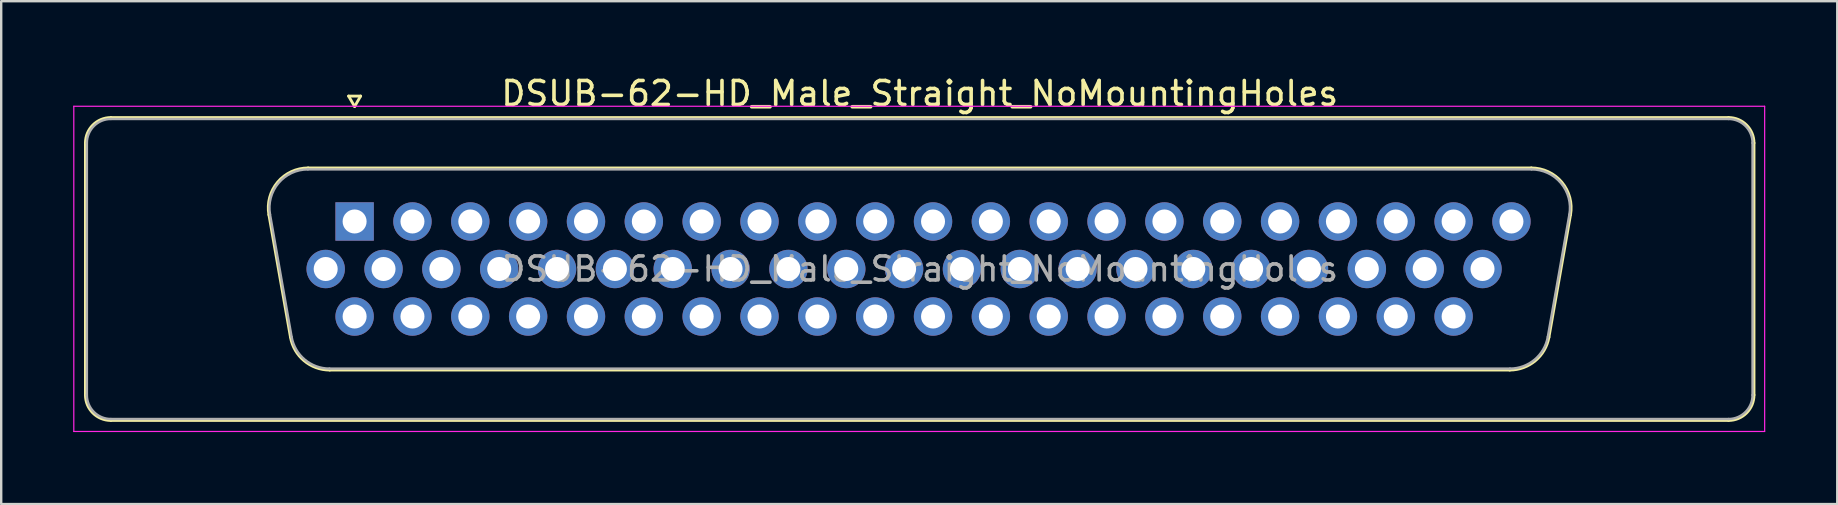
<source format=kicad_pcb>
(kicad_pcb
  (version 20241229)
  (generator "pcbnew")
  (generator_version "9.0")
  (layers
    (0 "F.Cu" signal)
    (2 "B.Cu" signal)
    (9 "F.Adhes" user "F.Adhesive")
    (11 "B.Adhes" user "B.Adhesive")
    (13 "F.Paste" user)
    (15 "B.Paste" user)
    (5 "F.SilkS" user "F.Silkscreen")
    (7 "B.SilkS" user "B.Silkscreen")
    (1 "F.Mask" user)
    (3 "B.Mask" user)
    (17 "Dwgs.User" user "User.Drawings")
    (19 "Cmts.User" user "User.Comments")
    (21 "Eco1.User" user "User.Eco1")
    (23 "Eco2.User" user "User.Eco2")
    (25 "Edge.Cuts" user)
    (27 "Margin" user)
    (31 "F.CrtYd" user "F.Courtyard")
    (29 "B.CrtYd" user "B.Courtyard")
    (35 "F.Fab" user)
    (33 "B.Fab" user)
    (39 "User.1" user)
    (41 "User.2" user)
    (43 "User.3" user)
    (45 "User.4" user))
  (footprint "DSUB-62-HD_Male_Straight_NoMountingHoles"
    (layer "F.Cu")
    (at 11.725 6.178)
    (property "Reference" "DSUB-62-HD_Male_Straight_NoMountingHoles" (at 23.545 -5.33 0) (layer "F.SilkS") (effects (font (size 1 1) (thickness 0.15))))
    (attr through_hole)
    (fp_line (start -11.215 7.23) (end -11.215 -3.27) (stroke (width 0.12) (type solid)) (layer "F.SilkS"))
    (fp_line (start -10.155 -4.33) (end 57.245 -4.33) (stroke (width 0.12) (type solid)) (layer "F.SilkS"))
    (fp_line (start -3.571 -0.282) (end -2.672 4.818) (stroke (width 0.12) (type solid)) (layer "F.SilkS"))
    (fp_line (start -1.937 -2.23) (end 49.027 -2.23) (stroke (width 0.12) (type solid)) (layer "F.SilkS"))
    (fp_line (start -1.037 6.19) (end 48.127 6.19) (stroke (width 0.12) (type solid)) (layer "F.SilkS"))
    (fp_line (start -0.25 -5.224) (end 0.25 -5.224) (stroke (width 0.12) (type solid)) (layer "F.SilkS"))
    (fp_line (start 0 -4.791) (end -0.25 -5.224) (stroke (width 0.12) (type solid)) (layer "F.SilkS"))
    (fp_line (start 0.25 -5.224) (end 0 -4.791) (stroke (width 0.12) (type solid)) (layer "F.SilkS"))
    (fp_line (start 50.661 -0.282) (end 49.762 4.818) (stroke (width 0.12) (type solid)) (layer "F.SilkS"))
    (fp_line (start 57.245 8.29) (end -10.155 8.29) (stroke (width 0.12) (type solid)) (layer "F.SilkS"))
    (fp_line (start 58.305 -3.27) (end 58.305 7.23) (stroke (width 0.12) (type solid)) (layer "F.SilkS"))
    (fp_arc (start -11.215 -3.27) (mid -10.904533 -4.019533) (end -10.155 -4.33) (stroke (width 0.12) (type solid)) (layer "F.SilkS"))
    (fp_arc (start -10.155 8.29) (mid -10.904533 7.979533) (end -11.215 7.23) (stroke (width 0.12) (type solid)) (layer "F.SilkS"))
    (fp_arc (start -3.57147 -0.281744) (mid -3.208323 -1.637028) (end -1.936689 -2.23) (stroke (width 0.12) (type solid)) (layer "F.SilkS"))
    (fp_arc (start -1.037421 6.19) (mid -2.104448 5.801634) (end -2.672202 4.818256) (stroke (width 0.12) (type solid)) (layer "F.SilkS"))
    (fp_arc (start 49.026689 -2.23) (mid 50.298323 -1.637027) (end 50.66147 -0.281744) (stroke (width 0.12) (type solid)) (layer "F.SilkS"))
    (fp_arc (start 49.762202 4.818256) (mid 49.194449 5.801634) (end 48.127421 6.19) (stroke (width 0.12) (type solid)) (layer "F.SilkS"))
    (fp_arc (start 57.245 -4.33) (mid 57.994533 -4.019533) (end 58.305 -3.27) (stroke (width 0.12) (type solid)) (layer "F.SilkS"))
    (fp_arc (start 58.305 7.23) (mid 57.994533 7.979533) (end 57.245 8.29) (stroke (width 0.12) (type solid)) (layer "F.SilkS"))
    (fp_line (start -11.7 -4.8) (end -11.7 8.75) (stroke (width 0.05) (type solid)) (layer "F.CrtYd"))
    (fp_line (start -11.7 8.75) (end 58.75 8.75) (stroke (width 0.05) (type solid)) (layer "F.CrtYd"))
    (fp_line (start 58.75 -4.8) (end -11.7 -4.8) (stroke (width 0.05) (type solid)) (layer "F.CrtYd"))
    (fp_line (start 58.75 8.75) (end 58.75 -4.8) (stroke (width 0.05) (type solid)) (layer "F.CrtYd"))
    (fp_line (start -11.155 7.23) (end -11.155 -3.27) (stroke (width 0.1) (type solid)) (layer "F.Fab"))
    (fp_line (start -10.155 -4.27) (end 57.245 -4.27) (stroke (width 0.1) (type solid)) (layer "F.Fab"))
    (fp_line (start -3.524 -0.292) (end -2.625 4.808) (stroke (width 0.1) (type solid)) (layer "F.Fab"))
    (fp_line (start -1.948 -2.17) (end 49.038 -2.17) (stroke (width 0.1) (type solid)) (layer "F.Fab"))
    (fp_line (start -1.049 6.13) (end 48.139 6.13) (stroke (width 0.1) (type solid)) (layer "F.Fab"))
    (fp_line (start 50.614 -0.292) (end 49.715 4.808) (stroke (width 0.1) (type solid)) (layer "F.Fab"))
    (fp_line (start 57.245 8.23) (end -10.155 8.23) (stroke (width 0.1) (type solid)) (layer "F.Fab"))
    (fp_line (start 58.245 -3.27) (end 58.245 7.23) (stroke (width 0.1) (type solid)) (layer "F.Fab"))
    (fp_arc (start -11.155 -3.27) (mid -10.862107 -3.977107) (end -10.155 -4.27) (stroke (width 0.1) (type solid)) (layer "F.Fab"))
    (fp_arc (start -10.155 8.23) (mid -10.862107 7.937107) (end -11.155 7.23) (stroke (width 0.1) (type solid)) (layer "F.Fab"))
    (fp_arc (start -3.523886 -0.292163) (mid -3.173865 -1.59846) (end -1.948194 -2.17) (stroke (width 0.1) (type solid)) (layer "F.Fab"))
    (fp_arc (start -1.048927 6.13) (mid -2.077387 5.755671) (end -2.624619 4.807837) (stroke (width 0.1) (type solid)) (layer "F.Fab"))
    (fp_arc (start 49.038194 -2.17) (mid 50.263865 -1.59846) (end 50.613886 -0.292163) (stroke (width 0.1) (type solid)) (layer "F.Fab"))
    (fp_arc (start 49.714619 4.807837) (mid 49.167387 5.755671) (end 48.138927 6.13) (stroke (width 0.1) (type solid)) (layer "F.Fab"))
    (fp_arc (start 57.245 -4.27) (mid 57.952107 -3.977107) (end 58.245 -3.27) (stroke (width 0.1) (type solid)) (layer "F.Fab"))
    (fp_arc (start 58.245 7.23) (mid 57.952107 7.937107) (end 57.245 8.23) (stroke (width 0.1) (type solid)) (layer "F.Fab"))
    (fp_text user "${REFERENCE}" (at 23.545 1.98 0) (layer "F.Fab") (effects (font (size 1 1) (thickness 0.15))))
    (pad "1" thru_hole rect (at 0 0) (size 1.6 1.6) (drill 1) (layers "*.Cu" "*.Mask"))
    (pad "2" thru_hole circle (at 2.41 0) (size 1.6 1.6) (drill 1) (layers "*.Cu" "*.Mask"))
    (pad "3" thru_hole circle (at 4.82 0) (size 1.6 1.6) (drill 1) (layers "*.Cu" "*.Mask"))
    (pad "4" thru_hole circle (at 7.23 0) (size 1.6 1.6) (drill 1) (layers "*.Cu" "*.Mask"))
    (pad "5" thru_hole circle (at 9.64 0) (size 1.6 1.6) (drill 1) (layers "*.Cu" "*.Mask"))
    (pad "6" thru_hole circle (at 12.05 0) (size 1.6 1.6) (drill 1) (layers "*.Cu" "*.Mask"))
    (pad "7" thru_hole circle (at 14.46 0) (size 1.6 1.6) (drill 1) (layers "*.Cu" "*.Mask"))
    (pad "8" thru_hole circle (at 16.87 0) (size 1.6 1.6) (drill 1) (layers "*.Cu" "*.Mask"))
    (pad "9" thru_hole circle (at 19.28 0) (size 1.6 1.6) (drill 1) (layers "*.Cu" "*.Mask"))
    (pad "10" thru_hole circle (at 21.69 0) (size 1.6 1.6) (drill 1) (layers "*.Cu" "*.Mask"))
    (pad "11" thru_hole circle (at 24.1 0) (size 1.6 1.6) (drill 1) (layers "*.Cu" "*.Mask"))
    (pad "12" thru_hole circle (at 26.51 0) (size 1.6 1.6) (drill 1) (layers "*.Cu" "*.Mask"))
    (pad "13" thru_hole circle (at 28.92 0) (size 1.6 1.6) (drill 1) (layers "*.Cu" "*.Mask"))
    (pad "14" thru_hole circle (at 31.33 0) (size 1.6 1.6) (drill 1) (layers "*.Cu" "*.Mask"))
    (pad "15" thru_hole circle (at 33.74 0) (size 1.6 1.6) (drill 1) (layers "*.Cu" "*.Mask"))
    (pad "16" thru_hole circle (at 36.15 0) (size 1.6 1.6) (drill 1) (layers "*.Cu" "*.Mask"))
    (pad "17" thru_hole circle (at 38.56 0) (size 1.6 1.6) (drill 1) (layers "*.Cu" "*.Mask"))
    (pad "18" thru_hole circle (at 40.97 0) (size 1.6 1.6) (drill 1) (layers "*.Cu" "*.Mask"))
    (pad "19" thru_hole circle (at 43.38 0) (size 1.6 1.6) (drill 1) (layers "*.Cu" "*.Mask"))
    (pad "20" thru_hole circle (at 45.79 0) (size 1.6 1.6) (drill 1) (layers "*.Cu" "*.Mask"))
    (pad "21" thru_hole circle (at 48.2 0) (size 1.6 1.6) (drill 1) (layers "*.Cu" "*.Mask"))
    (pad "22" thru_hole circle (at -1.205 1.98) (size 1.6 1.6) (drill 1) (layers "*.Cu" "*.Mask"))
    (pad "23" thru_hole circle (at 1.205 1.98) (size 1.6 1.6) (drill 1) (layers "*.Cu" "*.Mask"))
    (pad "24" thru_hole circle (at 3.615 1.98) (size 1.6 1.6) (drill 1) (layers "*.Cu" "*.Mask"))
    (pad "25" thru_hole circle (at 6.025 1.98) (size 1.6 1.6) (drill 1) (layers "*.Cu" "*.Mask"))
    (pad "26" thru_hole circle (at 8.435 1.98) (size 1.6 1.6) (drill 1) (layers "*.Cu" "*.Mask"))
    (pad "27" thru_hole circle (at 10.845 1.98) (size 1.6 1.6) (drill 1) (layers "*.Cu" "*.Mask"))
    (pad "28" thru_hole circle (at 13.255 1.98) (size 1.6 1.6) (drill 1) (layers "*.Cu" "*.Mask"))
    (pad "29" thru_hole circle (at 15.665 1.98) (size 1.6 1.6) (drill 1) (layers "*.Cu" "*.Mask"))
    (pad "30" thru_hole circle (at 18.075 1.98) (size 1.6 1.6) (drill 1) (layers "*.Cu" "*.Mask"))
    (pad "31" thru_hole circle (at 20.485 1.98) (size 1.6 1.6) (drill 1) (layers "*.Cu" "*.Mask"))
    (pad "32" thru_hole circle (at 22.895 1.98) (size 1.6 1.6) (drill 1) (layers "*.Cu" "*.Mask"))
    (pad "33" thru_hole circle (at 25.305 1.98) (size 1.6 1.6) (drill 1) (layers "*.Cu" "*.Mask"))
    (pad "34" thru_hole circle (at 27.715 1.98) (size 1.6 1.6) (drill 1) (layers "*.Cu" "*.Mask"))
    (pad "35" thru_hole circle (at 30.125 1.98) (size 1.6 1.6) (drill 1) (layers "*.Cu" "*.Mask"))
    (pad "36" thru_hole circle (at 32.535 1.98) (size 1.6 1.6) (drill 1) (layers "*.Cu" "*.Mask"))
    (pad "37" thru_hole circle (at 34.945 1.98) (size 1.6 1.6) (drill 1) (layers "*.Cu" "*.Mask"))
    (pad "38" thru_hole circle (at 37.355 1.98) (size 1.6 1.6) (drill 1) (layers "*.Cu" "*.Mask"))
    (pad "39" thru_hole circle (at 39.765 1.98) (size 1.6 1.6) (drill 1) (layers "*.Cu" "*.Mask"))
    (pad "40" thru_hole circle (at 42.175 1.98) (size 1.6 1.6) (drill 1) (layers "*.Cu" "*.Mask"))
    (pad "41" thru_hole circle (at 44.585 1.98) (size 1.6 1.6) (drill 1) (layers "*.Cu" "*.Mask"))
    (pad "42" thru_hole circle (at 46.995 1.98) (size 1.6 1.6) (drill 1) (layers "*.Cu" "*.Mask"))
    (pad "43" thru_hole circle (at 0 3.96) (size 1.6 1.6) (drill 1) (layers "*.Cu" "*.Mask"))
    (pad "44" thru_hole circle (at 2.41 3.96) (size 1.6 1.6) (drill 1) (layers "*.Cu" "*.Mask"))
    (pad "45" thru_hole circle (at 4.82 3.96) (size 1.6 1.6) (drill 1) (layers "*.Cu" "*.Mask"))
    (pad "46" thru_hole circle (at 7.23 3.96) (size 1.6 1.6) (drill 1) (layers "*.Cu" "*.Mask"))
    (pad "47" thru_hole circle (at 9.64 3.96) (size 1.6 1.6) (drill 1) (layers "*.Cu" "*.Mask"))
    (pad "48" thru_hole circle (at 12.05 3.96) (size 1.6 1.6) (drill 1) (layers "*.Cu" "*.Mask"))
    (pad "49" thru_hole circle (at 14.46 3.96) (size 1.6 1.6) (drill 1) (layers "*.Cu" "*.Mask"))
    (pad "50" thru_hole circle (at 16.87 3.96) (size 1.6 1.6) (drill 1) (layers "*.Cu" "*.Mask"))
    (pad "51" thru_hole circle (at 19.28 3.96) (size 1.6 1.6) (drill 1) (layers "*.Cu" "*.Mask"))
    (pad "52" thru_hole circle (at 21.69 3.96) (size 1.6 1.6) (drill 1) (layers "*.Cu" "*.Mask"))
    (pad "53" thru_hole circle (at 24.1 3.96) (size 1.6 1.6) (drill 1) (layers "*.Cu" "*.Mask"))
    (pad "54" thru_hole circle (at 26.51 3.96) (size 1.6 1.6) (drill 1) (layers "*.Cu" "*.Mask"))
    (pad "55" thru_hole circle (at 28.92 3.96) (size 1.6 1.6) (drill 1) (layers "*.Cu" "*.Mask"))
    (pad "56" thru_hole circle (at 31.33 3.96) (size 1.6 1.6) (drill 1) (layers "*.Cu" "*.Mask"))
    (pad "57" thru_hole circle (at 33.74 3.96) (size 1.6 1.6) (drill 1) (layers "*.Cu" "*.Mask"))
    (pad "58" thru_hole circle (at 36.15 3.96) (size 1.6 1.6) (drill 1) (layers "*.Cu" "*.Mask"))
    (pad "59" thru_hole circle (at 38.56 3.96) (size 1.6 1.6) (drill 1) (layers "*.Cu" "*.Mask"))
    (pad "60" thru_hole circle (at 40.97 3.96) (size 1.6 1.6) (drill 1) (layers "*.Cu" "*.Mask"))
    (pad "61" thru_hole circle (at 43.38 3.96) (size 1.6 1.6) (drill 1) (layers "*.Cu" "*.Mask"))
    (pad "62" thru_hole circle (at 45.79 3.96) (size 1.6 1.6) (drill 1) (layers "*.Cu" "*.Mask")))
  (gr_rect
    (start -3 -3)
    (end 73.5 17.953)
    (stroke (width 0.1) (type default))
    (fill no)
    (layer "Edge.Cuts")))
</source>
